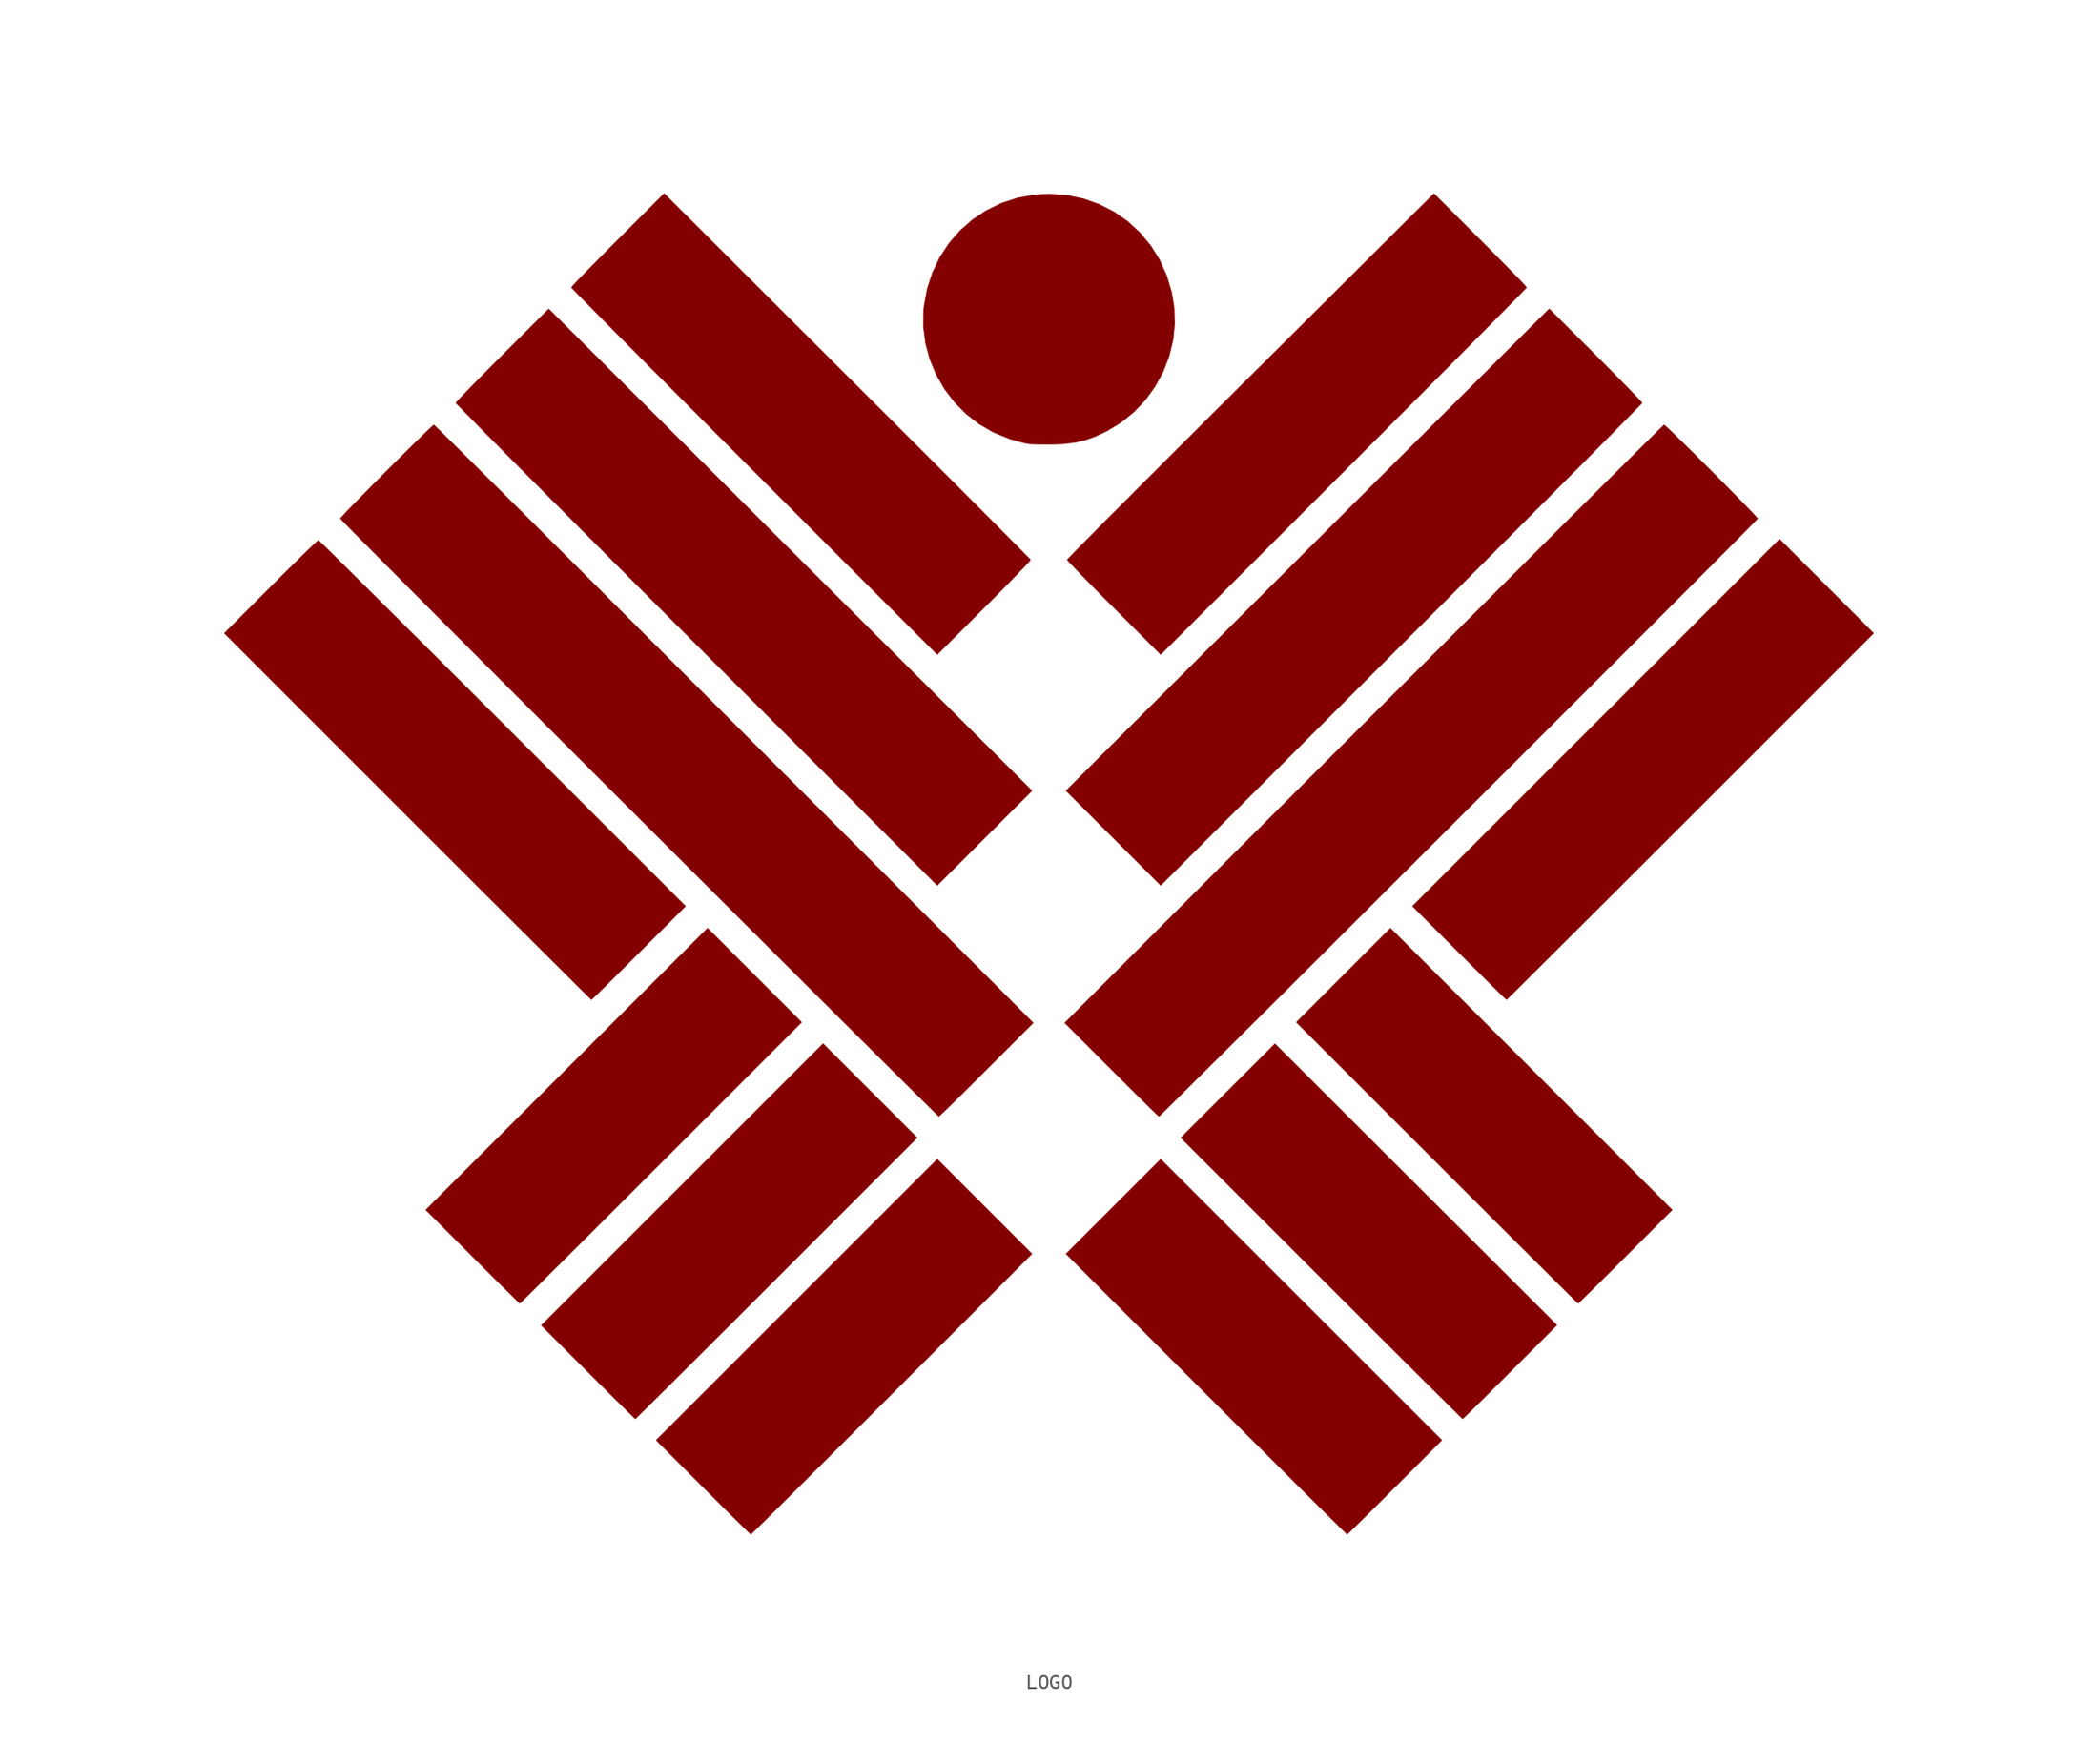
<source format=kicad_sym>
(kicad_symbol_lib
  (version 20210619)
  (generator bitmap2component)
  (symbol "LOGO"
    (pin_names
      (offset 1.016))
    (property "Reference" "#G"
      (at 0 47.286 0)
      (effects (font (size 1.27 1.27)) hide))
    (symbol "LOGO_0_0"
      (polyline (pts (xy -19.788 -45.529) (xy -19.655 -45.401) (xy -19.413 -45.164) (xy -19.068 -44.823) (xy -18.626 -44.385) (xy -18.095 -43.857) (xy -17.479 -43.245) (xy -16.786 -42.556) (xy -16.022 -41.794) (xy -15.194 -40.969) (xy -14.307 -40.084) (xy -13.369 -39.148) (xy -12.385 -38.165) (xy -11.363 -37.144) (xy -10.308 -36.089) (xy -0.846 -26.627) (xy -4.043 -23.431) (xy -7.239 -20.236) (xy -16.722 -29.718) (xy -26.204 -39.2) (xy -23.029 -42.376) (xy -22.751 -42.654) (xy -22.16 -43.243) (xy -21.612 -43.789) (xy -21.116 -44.281) (xy -20.683 -44.709) (xy -20.325 -45.061) (xy -20.053 -45.325) (xy -19.878 -45.492) (xy -19.812 -45.551) (xy -19.788 -45.529)) (stroke (width 0.01)) (fill (type outline)))
      (polyline (pts (xy 20.421 -45.538) (xy 20.538 -45.429) (xy 20.758 -45.217) (xy 21.07 -44.911) (xy 21.464 -44.523) (xy 21.927 -44.065) (xy 22.448 -43.547) (xy 23.017 -42.98) (xy 23.622 -42.376) (xy 26.797 -39.2) (xy 17.314 -29.718) (xy 7.832 -20.236) (xy 4.636 -23.431) (xy 1.439 -26.627) (xy 10.901 -36.089) (xy 11.54 -36.728) (xy 12.576 -37.764) (xy 13.576 -38.763) (xy 14.533 -39.718) (xy 15.441 -40.624) (xy 16.293 -41.474) (xy 17.084 -42.262) (xy 17.805 -42.98) (xy 18.453 -43.624) (xy 19.018 -44.186) (xy 19.497 -44.66) (xy 19.881 -45.04) (xy 20.165 -45.32) (xy 20.341 -45.492) (xy 20.405 -45.551) (xy 20.421 -45.538)) (stroke (width 0.01)) (fill (type outline)))
      (polyline (pts (xy -27.576 -37.739) (xy -27.441 -37.609) (xy -27.198 -37.37) (xy -26.851 -37.027) (xy -26.408 -36.588) (xy -25.874 -36.059) (xy -25.257 -35.445) (xy -24.563 -34.754) (xy -23.798 -33.992) (xy -22.968 -33.164) (xy -22.081 -32.279) (xy -21.141 -31.341) (xy -20.156 -30.358) (xy -19.133 -29.335) (xy -18.076 -28.279) (xy -8.594 -18.796) (xy -11.769 -15.621) (xy -14.943 -12.446) (xy -24.447 -21.949) (xy -33.951 -31.453) (xy -30.798 -34.607) (xy -30.537 -34.868) (xy -29.948 -35.456) (xy -29.4 -36.001) (xy -28.904 -36.493) (xy -28.472 -36.92) (xy -28.114 -37.271) (xy -27.843 -37.536) (xy -27.668 -37.703) (xy -27.602 -37.761) (xy -27.576 -37.739)) (stroke (width 0.01)) (fill (type outline)))
      (polyline (pts (xy 28.209 -37.75) (xy 28.324 -37.643) (xy 28.542 -37.432) (xy 28.853 -37.129) (xy 29.244 -36.743) (xy 29.706 -36.286) (xy 30.226 -35.769) (xy 30.793 -35.204) (xy 31.397 -34.601) (xy 34.556 -31.44) (xy 15.536 -12.452) (xy 9.187 -18.796) (xy 18.669 -28.279) (xy 19.326 -28.936) (xy 20.363 -29.972) (xy 21.363 -30.971) (xy 22.321 -31.927) (xy 23.229 -32.834) (xy 24.082 -33.684) (xy 24.872 -34.472) (xy 25.594 -35.191) (xy 26.242 -35.834) (xy 26.808 -36.397) (xy 27.286 -36.871) (xy 27.67 -37.251) (xy 27.954 -37.53) (xy 28.131 -37.703) (xy 28.194 -37.761) (xy 28.209 -37.75)) (stroke (width 0.01)) (fill (type outline)))
      (polyline (pts (xy -35.365 -29.949) (xy -35.231 -29.82) (xy -34.987 -29.58) (xy -34.64 -29.238) (xy -34.197 -28.799) (xy -33.664 -28.269) (xy -33.047 -27.656) (xy -32.352 -26.965) (xy -31.587 -26.202) (xy -30.758 -25.375) (xy -29.87 -24.489) (xy -28.93 -23.552) (xy -27.946 -22.568) (xy -26.922 -21.545) (xy -25.866 -20.489) (xy -16.384 -11.007) (xy -19.558 -7.832) (xy -22.732 -4.656) (xy -41.74 -23.664) (xy -38.587 -26.818) (xy -38.326 -27.079) (xy -37.737 -27.666) (xy -37.189 -28.212) (xy -36.694 -28.703) (xy -36.261 -29.131) (xy -35.904 -29.482) (xy -35.632 -29.747) (xy -35.457 -29.914) (xy -35.391 -29.972) (xy -35.365 -29.949)) (stroke (width 0.01)) (fill (type outline)))
      (polyline (pts (xy 35.998 -29.961) (xy 36.112 -29.855) (xy 36.329 -29.645) (xy 36.639 -29.342) (xy 37.03 -28.957) (xy 37.49 -28.501) (xy 38.01 -27.985) (xy 38.577 -27.42) (xy 39.18 -26.818) (xy 42.333 -23.664) (xy 23.325 -4.656) (xy 20.151 -7.832) (xy 16.976 -11.007) (xy 26.459 -20.489) (xy 27.116 -21.147) (xy 28.152 -22.183) (xy 29.153 -23.182) (xy 30.11 -24.138) (xy 31.018 -25.044) (xy 31.871 -25.895) (xy 32.662 -26.682) (xy 33.384 -27.401) (xy 34.031 -28.045) (xy 34.597 -28.607) (xy 35.075 -29.082) (xy 35.459 -29.462) (xy 35.743 -29.741) (xy 35.92 -29.913) (xy 35.984 -29.972) (xy 35.998 -29.961)) (stroke (width 0.01)) (fill (type outline)))
      (polyline (pts (xy -7.118 -17.346) (xy -7.001 -17.24) (xy -6.78 -17.03) (xy -6.467 -16.727) (xy -6.073 -16.342) (xy -5.61 -15.886) (xy -5.088 -15.37) (xy -4.52 -14.806) (xy -3.916 -14.203) (xy -0.762 -11.05) (xy -20.934 9.123) (xy -21.436 9.625) (xy -22.974 11.162) (xy -24.48 12.667) (xy -25.949 14.136) (xy -27.378 15.563) (xy -28.762 16.944) (xy -30.096 18.276) (xy -31.377 19.553) (xy -32.599 20.772) (xy -33.758 21.928) (xy -34.851 23.017) (xy -35.872 24.033) (xy -36.817 24.974) (xy -37.682 25.834) (xy -38.463 26.61) (xy -39.154 27.296) (xy -39.753 27.888) (xy -40.253 28.383) (xy -40.651 28.775) (xy -40.943 29.061) (xy -41.124 29.235) (xy -41.19 29.295) (xy -41.217 29.278) (xy -41.352 29.16) (xy -41.585 28.943) (xy -41.901 28.639) (xy -42.288 28.262) (xy -42.731 27.827) (xy -43.217 27.346) (xy -43.733 26.834) (xy -44.264 26.304) (xy -44.797 25.77) (xy -45.319 25.244) (xy -45.815 24.742) (xy -46.272 24.277) (xy -46.677 23.862) (xy -47.016 23.511) (xy -47.275 23.237) (xy -47.44 23.055) (xy -47.498 22.978) (xy -47.492 22.971) (xy -47.398 22.869) (xy -47.189 22.653) (xy -46.87 22.328) (xy -46.446 21.898) (xy -45.921 21.367) (xy -45.3 20.74) (xy -44.585 20.021) (xy -43.783 19.215) (xy -42.898 18.325) (xy -41.933 17.357) (xy -40.894 16.314) (xy -39.784 15.201) (xy -38.608 14.023) (xy -37.37 12.784) (xy -36.075 11.488) (xy -34.727 10.139) (xy -33.331 8.742) (xy -31.891 7.302) (xy -30.41 5.823) (xy -28.895 4.308) (xy -27.348 2.764) (xy -26.874 2.291) (xy -25.336 0.755) (xy -23.83 -0.748) (xy -22.361 -2.214) (xy -20.932 -3.639) (xy -19.549 -5.019) (xy -18.215 -6.349) (xy -16.934 -7.625) (xy -15.713 -8.843) (xy -14.553 -9.997) (xy -13.462 -11.085) (xy -12.441 -12.1) (xy -11.496 -13.04) (xy -10.632 -13.899) (xy -9.852 -14.674) (xy -9.162 -15.36) (xy -8.565 -15.952) (xy -8.065 -16.446) (xy -7.668 -16.838) (xy -7.378 -17.123) (xy -7.198 -17.297) (xy -7.134 -17.357) (xy -7.118 -17.346)) (stroke (width 0.01)) (fill (type outline)))
      (polyline (pts (xy 7.763 -17.31) (xy 7.93 -17.149) (xy 8.207 -16.878) (xy 8.588 -16.503) (xy 9.068 -16.029) (xy 9.641 -15.461) (xy 10.303 -14.805) (xy 11.048 -14.065) (xy 11.87 -13.248) (xy 12.764 -12.358) (xy 13.726 -11.402) (xy 14.748 -10.383) (xy 15.828 -9.309) (xy 16.957 -8.183) (xy 18.133 -7.011) (xy 19.349 -5.799) (xy 20.599 -4.552) (xy 21.879 -3.275) (xy 23.183 -1.973) (xy 24.506 -0.653) (xy 25.843 0.682) (xy 27.188 2.024) (xy 28.535 3.37) (xy 29.88 4.714) (xy 31.217 6.05) (xy 32.541 7.373) (xy 33.847 8.678) (xy 35.128 9.959) (xy 36.381 11.212) (xy 37.599 12.43) (xy 38.776 13.609) (xy 39.909 14.743) (xy 40.991 15.826) (xy 42.018 16.854) (xy 42.983 17.822) (xy 43.881 18.723) (xy 44.708 19.552) (xy 45.457 20.305) (xy 46.124 20.975) (xy 46.703 21.558) (xy 47.188 22.048) (xy 47.575 22.44) (xy 47.858 22.728) (xy 48.032 22.908) (xy 48.091 22.973) (xy 48.074 23.001) (xy 47.957 23.136) (xy 47.74 23.369) (xy 47.437 23.686) (xy 47.061 24.074) (xy 46.627 24.518) (xy 46.147 25.005) (xy 45.636 25.522) (xy 45.106 26.054) (xy 44.572 26.588) (xy 44.048 27.111) (xy 43.547 27.608) (xy 43.082 28.067) (xy 42.667 28.472) (xy 42.316 28.812) (xy 42.043 29.071) (xy 41.861 29.236) (xy 41.783 29.295) (xy 41.775 29.288) (xy 41.672 29.192) (xy 41.455 28.981) (xy 41.128 28.66) (xy 40.696 28.234) (xy 40.164 27.708) (xy 39.535 27.084) (xy 38.814 26.369) (xy 38.006 25.566) (xy 37.114 24.679) (xy 36.144 23.714) (xy 35.099 22.673) (xy 33.984 21.562) (xy 32.804 20.386) (xy 31.563 19.148) (xy 30.264 17.852) (xy 28.914 16.504) (xy 27.515 15.107) (xy 26.072 13.666) (xy 24.591 12.186) (xy 23.074 10.67) (xy 21.527 9.123) (xy 1.355 -11.049) (xy 4.508 -14.203) (xy 4.769 -14.463) (xy 5.358 -15.051) (xy 5.906 -15.596) (xy 6.403 -16.088) (xy 6.836 -16.515) (xy 7.194 -16.867) (xy 7.467 -17.131) (xy 7.643 -17.299) (xy 7.71 -17.357) (xy 7.763 -17.31)) (stroke (width 0.01)) (fill (type outline)))
      (polyline (pts (xy -30.551 -9.472) (xy -30.437 -9.366) (xy -30.22 -9.156) (xy -29.91 -8.853) (xy -29.519 -8.468) (xy -29.058 -8.012) (xy -28.539 -7.496) (xy -27.972 -6.931) (xy -27.369 -6.329) (xy -24.214 -3.175) (xy -36.555 9.165) (xy -37.373 9.983) (xy -38.559 11.168) (xy -39.711 12.318) (xy -40.821 13.426) (xy -41.885 14.487) (xy -42.897 15.495) (xy -43.851 16.445) (xy -44.742 17.331) (xy -45.564 18.148) (xy -46.311 18.889) (xy -46.978 19.55) (xy -47.559 20.124) (xy -48.049 20.606) (xy -48.442 20.991) (xy -48.731 21.273) (xy -48.913 21.446) (xy -48.98 21.505) (xy -48.996 21.496) (xy -49.114 21.394) (xy -49.335 21.187) (xy -49.649 20.887) (xy -50.043 20.504) (xy -50.507 20.05) (xy -51.028 19.536) (xy -51.595 18.973) (xy -52.197 18.372) (xy -55.329 15.24) (xy -42.968 2.878) (xy -42.129 2.039) (xy -40.943 0.854) (xy -39.792 -0.296) (xy -38.682 -1.405) (xy -37.62 -2.466) (xy -36.61 -3.474) (xy -35.658 -4.424) (xy -34.77 -5.31) (xy -33.951 -6.126) (xy -33.206 -6.867) (xy -32.543 -7.527) (xy -31.965 -8.102) (xy -31.48 -8.584) (xy -31.091 -8.969) (xy -30.805 -9.251) (xy -30.628 -9.424) (xy -30.565 -9.483) (xy -30.551 -9.472)) (stroke (width 0.01)) (fill (type outline)))
      (polyline (pts (xy 31.188 -9.454) (xy 31.331 -9.316) (xy 31.584 -9.067) (xy 31.942 -8.713) (xy 32.398 -8.26) (xy 32.948 -7.714) (xy 33.586 -7.079) (xy 34.306 -6.362) (xy 35.102 -5.569) (xy 35.97 -4.704) (xy 36.903 -3.773) (xy 37.896 -2.782) (xy 38.943 -1.736) (xy 40.038 -0.642) (xy 41.177 0.495) (xy 42.353 1.671) (xy 43.561 2.878) (xy 55.922 15.24) (xy 52.747 18.415) (xy 49.573 21.59) (xy 24.808 -3.175) (xy 27.961 -6.329) (xy 28.222 -6.589) (xy 28.811 -7.177) (xy 29.359 -7.722) (xy 29.855 -8.214) (xy 30.287 -8.641) (xy 30.644 -8.993) (xy 30.916 -9.258) (xy 31.091 -9.425) (xy 31.157 -9.483) (xy 31.188 -9.454)) (stroke (width 0.01)) (fill (type outline)))
      (polyline (pts (xy -4.043 1.418) (xy -0.846 4.614) (xy -5.143 8.896) (xy -5.527 9.278) (xy -6.121 9.871) (xy -6.821 10.568) (xy -7.615 11.36) (xy -8.497 12.239) (xy -9.457 13.197) (xy -10.487 14.223) (xy -11.578 15.31) (xy -12.72 16.45) (xy -13.906 17.632) (xy -15.127 18.849) (xy -16.373 20.092) (xy -17.637 21.352) (xy -18.91 22.621) (xy -20.181 23.89) (xy -21.445 25.149) (xy -33.449 37.12) (xy -36.579 33.991) (xy -36.815 33.754) (xy -37.403 33.164) (xy -37.947 32.614) (xy -38.439 32.114) (xy -38.867 31.677) (xy -39.218 31.313) (xy -39.483 31.034) (xy -39.65 30.851) (xy -39.709 30.777) (xy -39.708 30.775) (xy -39.634 30.694) (xy -39.445 30.498) (xy -39.148 30.194) (xy -38.745 29.785) (xy -38.243 29.276) (xy -37.646 28.673) (xy -36.959 27.98) (xy -36.187 27.203) (xy -35.335 26.346) (xy -34.408 25.413) (xy -33.41 24.411) (xy -32.346 23.343) (xy -31.222 22.215) (xy -30.042 21.032) (xy -28.811 19.799) (xy -27.534 18.519) (xy -26.215 17.2) (xy -24.86 15.844) (xy -23.474 14.457) (xy -7.239 -1.778) (xy -4.043 1.418)) (stroke (width 0.01)) (fill (type outline)))
      (polyline (pts (xy 24.066 14.457) (xy 24.245 14.636) (xy 25.628 16.018) (xy 26.978 17.37) (xy 28.292 18.685) (xy 29.563 19.959) (xy 30.788 21.186) (xy 31.962 22.363) (xy 33.078 23.483) (xy 34.134 24.542) (xy 35.123 25.536) (xy 36.041 26.459) (xy 36.883 27.306) (xy 37.645 28.073) (xy 38.32 28.755) (xy 38.905 29.346) (xy 39.395 29.842) (xy 39.784 30.238) (xy 40.068 30.529) (xy 40.242 30.71) (xy 40.301 30.777) (xy 40.292 30.792) (xy 40.19 30.91) (xy 39.983 31.132) (xy 39.683 31.446) (xy 39.3 31.84) (xy 38.846 32.303) (xy 38.332 32.824) (xy 37.769 33.392) (xy 37.169 33.994) (xy 34.036 37.126) (xy 26.987 30.099) (xy 26.848 29.96) (xy 25.89 29.004) (xy 24.828 27.946) (xy 23.68 26.801) (xy 22.459 25.583) (xy 21.18 24.308) (xy 19.859 22.99) (xy 18.511 21.646) (xy 17.15 20.289) (xy 15.793 18.934) (xy 14.453 17.598) (xy 13.145 16.294) (xy 11.886 15.037) (xy 10.689 13.843) (xy 1.44 4.615) (xy 7.831 -1.778) (xy 24.066 14.457)) (stroke (width 0.01)) (fill (type outline)))
      (polyline (pts (xy -4.084 16.955) (xy -3.824 17.215) (xy -3.236 17.805) (xy -2.692 18.357) (xy -2.202 18.857) (xy -1.778 19.294) (xy -1.429 19.658) (xy -1.168 19.936) (xy -1.005 20.119) (xy -0.951 20.193) (xy -0.979 20.225) (xy -1.117 20.369) (xy -1.365 20.622) (xy -1.719 20.981) (xy -2.172 21.438) (xy -2.719 21.989) (xy -3.354 22.627) (xy -4.071 23.347) (xy -4.866 24.144) (xy -5.731 25.011) (xy -6.663 25.944) (xy -7.654 26.936) (xy -8.7 27.982) (xy -9.796 29.076) (xy -10.934 30.213) (xy -12.11 31.387) (xy -13.318 32.593) (xy -25.661 44.907) (xy -28.79 41.779) (xy -29.026 41.543) (xy -29.613 40.954) (xy -30.158 40.403) (xy -30.65 39.904) (xy -31.077 39.466) (xy -31.429 39.102) (xy -31.694 38.823) (xy -31.861 38.641) (xy -31.919 38.566) (xy -31.892 38.534) (xy -31.756 38.389) (xy -31.509 38.134) (xy -31.157 37.774) (xy -30.705 37.315) (xy -30.16 36.763) (xy -29.527 36.124) (xy -28.811 35.402) (xy -28.019 34.604) (xy -27.155 33.735) (xy -26.225 32.8) (xy -25.235 31.807) (xy -24.191 30.759) (xy -23.098 29.663) (xy -21.961 28.524) (xy -20.786 27.348) (xy -19.579 26.141) (xy -7.239 13.801) (xy -4.084 16.955)) (stroke (width 0.01)) (fill (type outline)))
      (polyline (pts (xy 20.172 26.141) (xy 20.989 26.959) (xy 22.175 28.145) (xy 23.325 29.297) (xy 24.433 30.407) (xy 25.494 31.471) (xy 26.502 32.483) (xy 27.452 33.438) (xy 28.338 34.328) (xy 29.154 35.15) (xy 29.896 35.897) (xy 30.556 36.564) (xy 31.131 37.145) (xy 31.613 37.635) (xy 31.998 38.028) (xy 32.28 38.317) (xy 32.453 38.499) (xy 32.512 38.566) (xy 32.503 38.581) (xy 32.402 38.698) (xy 32.196 38.919) (xy 31.897 39.232) (xy 31.515 39.625) (xy 31.062 40.088) (xy 30.548 40.608) (xy 29.986 41.175) (xy 29.386 41.776) (xy 26.26 44.901) (xy 13.892 32.594) (xy 13.075 31.781) (xy 11.886 30.597) (xy 10.734 29.449) (xy 9.623 28.341) (xy 8.559 27.279) (xy 7.549 26.269) (xy 6.596 25.317) (xy 5.708 24.428) (xy 4.89 23.608) (xy 4.147 22.863) (xy 3.485 22.197) (xy 2.909 21.617) (xy 2.425 21.128) (xy 2.039 20.736) (xy 1.757 20.447) (xy 1.583 20.266) (xy 1.524 20.198) (xy 1.534 20.18) (xy 1.64 20.058) (xy 1.849 19.833) (xy 2.152 19.516) (xy 2.538 19.119) (xy 2.994 18.653) (xy 3.51 18.129) (xy 4.075 17.559) (xy 4.678 16.955) (xy 7.831 13.8) (xy 20.172 26.141)) (stroke (width 0.01)) (fill (type outline)))
      (polyline (pts (xy 0.55 27.978) (xy 0.551 27.978) (xy 1.376 28.02) (xy 2.09 28.113) (xy 2.749 28.271) (xy 3.407 28.507) (xy 4.118 28.835) (xy 4.173 28.862) (xy 5.149 29.45) (xy 6.029 30.163) (xy 6.804 30.985) (xy 7.465 31.9) (xy 8.002 32.891) (xy 8.407 33.941) (xy 8.67 35.033) (xy 8.782 36.151) (xy 8.735 37.278) (xy 8.567 38.256) (xy 8.228 39.383) (xy 7.753 40.433) (xy 7.151 41.395) (xy 6.434 42.26) (xy 5.612 43.018) (xy 4.695 43.659) (xy 3.694 44.175) (xy 2.62 44.555) (xy 1.484 44.791) (xy 0.296 44.871) (xy -0.683 44.817) (xy -1.829 44.608) (xy -2.915 44.253) (xy -3.929 43.761) (xy -4.862 43.141) (xy -5.702 42.403) (xy -6.439 41.556) (xy -7.062 40.611) (xy -7.561 39.577) (xy -7.924 38.462) (xy -8.142 37.278) (xy -8.167 37.025) (xy -8.179 35.898) (xy -8.034 34.788) (xy -7.741 33.71) (xy -7.31 32.681) (xy -6.752 31.714) (xy -6.076 30.826) (xy -5.291 30.031) (xy -4.408 29.345) (xy -3.436 28.783) (xy -2.386 28.359) (xy -2.224 28.309) (xy -1.817 28.19) (xy -1.44 28.09) (xy -1.158 28.028) (xy -1.095 28.018) (xy -0.805 27.994) (xy -0.405 27.979) (xy 0.062 27.973) (xy 0.55 27.978)) (stroke (width 0.01)) (fill (type outline))))))
</source>
